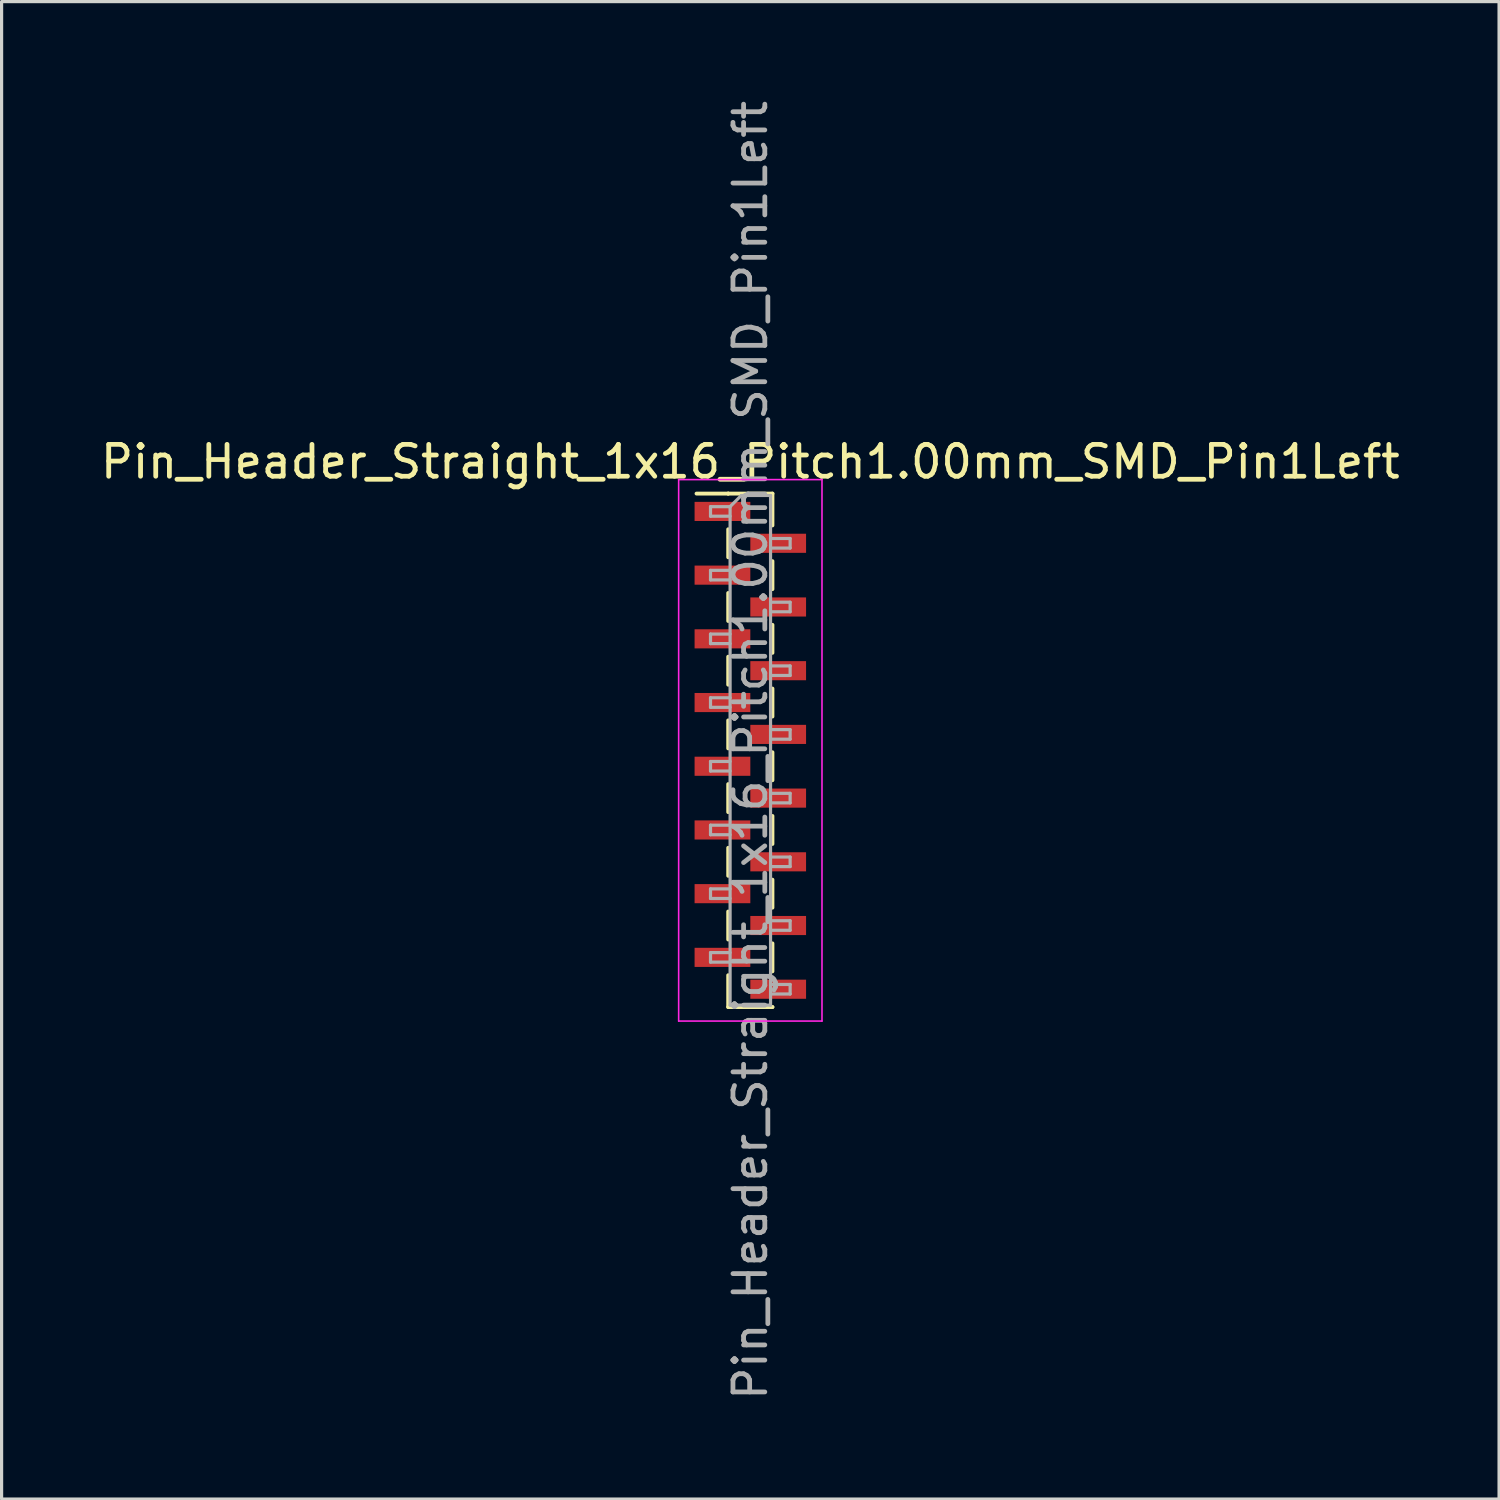
<source format=kicad_pcb>
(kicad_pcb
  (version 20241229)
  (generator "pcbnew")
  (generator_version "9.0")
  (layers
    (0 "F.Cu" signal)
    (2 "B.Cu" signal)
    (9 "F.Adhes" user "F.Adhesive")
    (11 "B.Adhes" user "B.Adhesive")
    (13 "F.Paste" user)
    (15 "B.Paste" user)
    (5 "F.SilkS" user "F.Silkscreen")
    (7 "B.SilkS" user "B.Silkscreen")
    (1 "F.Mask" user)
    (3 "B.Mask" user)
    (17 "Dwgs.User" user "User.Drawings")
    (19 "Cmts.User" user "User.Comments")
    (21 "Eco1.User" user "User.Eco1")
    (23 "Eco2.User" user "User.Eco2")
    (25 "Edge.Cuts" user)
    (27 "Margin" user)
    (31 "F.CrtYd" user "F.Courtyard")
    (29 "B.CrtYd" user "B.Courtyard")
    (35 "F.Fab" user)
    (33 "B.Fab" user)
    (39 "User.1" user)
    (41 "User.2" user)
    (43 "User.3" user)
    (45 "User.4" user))
  (footprint "Pin_Header_Straight_1x16_Pitch1.00mm_SMD_Pin1Left"
    (layer "F.Cu")
    (at 20.506 20.506)
    (property "Reference" "Pin_Header_Straight_1x16_Pitch1.00mm_SMD_Pin1Left" (at 0 -9.06 0) (layer "F.SilkS") (effects (font (size 1 1) (thickness 0.15))))
    (attr smd)
    (fp_line (start -0.695 -8.06) (end -1.69 -8.06) (stroke (width 0.12) (type solid)) (layer "F.SilkS"))
    (fp_line (start -0.695 -8.06) (end -0.695 -8.06) (stroke (width 0.12) (type solid)) (layer "F.SilkS"))
    (fp_line (start -0.695 -8.06) (end 0.695 -8.06) (stroke (width 0.12) (type solid)) (layer "F.SilkS"))
    (fp_line (start -0.695 -6.94) (end -0.695 -6.06) (stroke (width 0.12) (type solid)) (layer "F.SilkS"))
    (fp_line (start -0.695 -4.94) (end -0.695 -4.06) (stroke (width 0.12) (type solid)) (layer "F.SilkS"))
    (fp_line (start -0.695 -2.94) (end -0.695 -2.06) (stroke (width 0.12) (type solid)) (layer "F.SilkS"))
    (fp_line (start -0.695 -0.94) (end -0.695 -0.06) (stroke (width 0.12) (type solid)) (layer "F.SilkS"))
    (fp_line (start -0.695 1.06) (end -0.695 1.94) (stroke (width 0.12) (type solid)) (layer "F.SilkS"))
    (fp_line (start -0.695 3.06) (end -0.695 3.94) (stroke (width 0.12) (type solid)) (layer "F.SilkS"))
    (fp_line (start -0.695 5.06) (end -0.695 5.94) (stroke (width 0.12) (type solid)) (layer "F.SilkS"))
    (fp_line (start -0.695 7.06) (end -0.695 8.06) (stroke (width 0.12) (type solid)) (layer "F.SilkS"))
    (fp_line (start -0.695 8.06) (end 0.695 8.06) (stroke (width 0.12) (type solid)) (layer "F.SilkS"))
    (fp_line (start 0.695 -8.06) (end 0.695 -7.06) (stroke (width 0.12) (type solid)) (layer "F.SilkS"))
    (fp_line (start 0.695 -5.94) (end 0.695 -5.06) (stroke (width 0.12) (type solid)) (layer "F.SilkS"))
    (fp_line (start 0.695 -3.94) (end 0.695 -3.06) (stroke (width 0.12) (type solid)) (layer "F.SilkS"))
    (fp_line (start 0.695 -1.94) (end 0.695 -1.06) (stroke (width 0.12) (type solid)) (layer "F.SilkS"))
    (fp_line (start 0.695 0.06) (end 0.695 0.94) (stroke (width 0.12) (type solid)) (layer "F.SilkS"))
    (fp_line (start 0.695 2.06) (end 0.695 2.94) (stroke (width 0.12) (type solid)) (layer "F.SilkS"))
    (fp_line (start 0.695 4.06) (end 0.695 4.94) (stroke (width 0.12) (type solid)) (layer "F.SilkS"))
    (fp_line (start 0.695 6.06) (end 0.695 6.94) (stroke (width 0.12) (type solid)) (layer "F.SilkS"))
    (fp_line (start 0.695 8.06) (end 0.695 8.06) (stroke (width 0.12) (type solid)) (layer "F.SilkS"))
    (fp_line (start -2.25 -8.5) (end -2.25 8.5) (stroke (width 0.05) (type solid)) (layer "F.CrtYd"))
    (fp_line (start -2.25 8.5) (end 2.25 8.5) (stroke (width 0.05) (type solid)) (layer "F.CrtYd"))
    (fp_line (start 2.25 -8.5) (end -2.25 -8.5) (stroke (width 0.05) (type solid)) (layer "F.CrtYd"))
    (fp_line (start 2.25 8.5) (end 2.25 -8.5) (stroke (width 0.05) (type solid)) (layer "F.CrtYd"))
    (fp_line (start -1.25 -7.65) (end -1.25 -7.35) (stroke (width 0.1) (type solid)) (layer "F.Fab"))
    (fp_line (start -1.25 -7.35) (end -0.635 -7.35) (stroke (width 0.1) (type solid)) (layer "F.Fab"))
    (fp_line (start -1.25 -5.65) (end -1.25 -5.35) (stroke (width 0.1) (type solid)) (layer "F.Fab"))
    (fp_line (start -1.25 -5.35) (end -0.635 -5.35) (stroke (width 0.1) (type solid)) (layer "F.Fab"))
    (fp_line (start -1.25 -3.65) (end -1.25 -3.35) (stroke (width 0.1) (type solid)) (layer "F.Fab"))
    (fp_line (start -1.25 -3.35) (end -0.635 -3.35) (stroke (width 0.1) (type solid)) (layer "F.Fab"))
    (fp_line (start -1.25 -1.65) (end -1.25 -1.35) (stroke (width 0.1) (type solid)) (layer "F.Fab"))
    (fp_line (start -1.25 -1.35) (end -0.635 -1.35) (stroke (width 0.1) (type solid)) (layer "F.Fab"))
    (fp_line (start -1.25 0.35) (end -1.25 0.65) (stroke (width 0.1) (type solid)) (layer "F.Fab"))
    (fp_line (start -1.25 0.65) (end -0.635 0.65) (stroke (width 0.1) (type solid)) (layer "F.Fab"))
    (fp_line (start -1.25 2.35) (end -1.25 2.65) (stroke (width 0.1) (type solid)) (layer "F.Fab"))
    (fp_line (start -1.25 2.65) (end -0.635 2.65) (stroke (width 0.1) (type solid)) (layer "F.Fab"))
    (fp_line (start -1.25 4.35) (end -1.25 4.65) (stroke (width 0.1) (type solid)) (layer "F.Fab"))
    (fp_line (start -1.25 4.65) (end -0.635 4.65) (stroke (width 0.1) (type solid)) (layer "F.Fab"))
    (fp_line (start -1.25 6.35) (end -1.25 6.65) (stroke (width 0.1) (type solid)) (layer "F.Fab"))
    (fp_line (start -1.25 6.65) (end -0.635 6.65) (stroke (width 0.1) (type solid)) (layer "F.Fab"))
    (fp_line (start -0.635 -7.65) (end -1.25 -7.65) (stroke (width 0.1) (type solid)) (layer "F.Fab"))
    (fp_line (start -0.635 -7.65) (end -0.285 -8) (stroke (width 0.1) (type solid)) (layer "F.Fab"))
    (fp_line (start -0.635 -5.65) (end -1.25 -5.65) (stroke (width 0.1) (type solid)) (layer "F.Fab"))
    (fp_line (start -0.635 -3.65) (end -1.25 -3.65) (stroke (width 0.1) (type solid)) (layer "F.Fab"))
    (fp_line (start -0.635 -1.65) (end -1.25 -1.65) (stroke (width 0.1) (type solid)) (layer "F.Fab"))
    (fp_line (start -0.635 0.35) (end -1.25 0.35) (stroke (width 0.1) (type solid)) (layer "F.Fab"))
    (fp_line (start -0.635 2.35) (end -1.25 2.35) (stroke (width 0.1) (type solid)) (layer "F.Fab"))
    (fp_line (start -0.635 4.35) (end -1.25 4.35) (stroke (width 0.1) (type solid)) (layer "F.Fab"))
    (fp_line (start -0.635 6.35) (end -1.25 6.35) (stroke (width 0.1) (type solid)) (layer "F.Fab"))
    (fp_line (start -0.635 8) (end -0.635 -7.65) (stroke (width 0.1) (type solid)) (layer "F.Fab"))
    (fp_line (start -0.285 -8) (end 0.635 -8) (stroke (width 0.1) (type solid)) (layer "F.Fab"))
    (fp_line (start 0.635 -8) (end 0.635 8) (stroke (width 0.1) (type solid)) (layer "F.Fab"))
    (fp_line (start 0.635 -6.65) (end 1.25 -6.65) (stroke (width 0.1) (type solid)) (layer "F.Fab"))
    (fp_line (start 0.635 -4.65) (end 1.25 -4.65) (stroke (width 0.1) (type solid)) (layer "F.Fab"))
    (fp_line (start 0.635 -2.65) (end 1.25 -2.65) (stroke (width 0.1) (type solid)) (layer "F.Fab"))
    (fp_line (start 0.635 -0.65) (end 1.25 -0.65) (stroke (width 0.1) (type solid)) (layer "F.Fab"))
    (fp_line (start 0.635 1.35) (end 1.25 1.35) (stroke (width 0.1) (type solid)) (layer "F.Fab"))
    (fp_line (start 0.635 3.35) (end 1.25 3.35) (stroke (width 0.1) (type solid)) (layer "F.Fab"))
    (fp_line (start 0.635 5.35) (end 1.25 5.35) (stroke (width 0.1) (type solid)) (layer "F.Fab"))
    (fp_line (start 0.635 7.35) (end 1.25 7.35) (stroke (width 0.1) (type solid)) (layer "F.Fab"))
    (fp_line (start 0.635 8) (end -0.635 8) (stroke (width 0.1) (type solid)) (layer "F.Fab"))
    (fp_line (start 1.25 -6.65) (end 1.25 -6.35) (stroke (width 0.1) (type solid)) (layer "F.Fab"))
    (fp_line (start 1.25 -6.35) (end 0.635 -6.35) (stroke (width 0.1) (type solid)) (layer "F.Fab"))
    (fp_line (start 1.25 -4.65) (end 1.25 -4.35) (stroke (width 0.1) (type solid)) (layer "F.Fab"))
    (fp_line (start 1.25 -4.35) (end 0.635 -4.35) (stroke (width 0.1) (type solid)) (layer "F.Fab"))
    (fp_line (start 1.25 -2.65) (end 1.25 -2.35) (stroke (width 0.1) (type solid)) (layer "F.Fab"))
    (fp_line (start 1.25 -2.35) (end 0.635 -2.35) (stroke (width 0.1) (type solid)) (layer "F.Fab"))
    (fp_line (start 1.25 -0.65) (end 1.25 -0.35) (stroke (width 0.1) (type solid)) (layer "F.Fab"))
    (fp_line (start 1.25 -0.35) (end 0.635 -0.35) (stroke (width 0.1) (type solid)) (layer "F.Fab"))
    (fp_line (start 1.25 1.35) (end 1.25 1.65) (stroke (width 0.1) (type solid)) (layer "F.Fab"))
    (fp_line (start 1.25 1.65) (end 0.635 1.65) (stroke (width 0.1) (type solid)) (layer "F.Fab"))
    (fp_line (start 1.25 3.35) (end 1.25 3.65) (stroke (width 0.1) (type solid)) (layer "F.Fab"))
    (fp_line (start 1.25 3.65) (end 0.635 3.65) (stroke (width 0.1) (type solid)) (layer "F.Fab"))
    (fp_line (start 1.25 5.35) (end 1.25 5.65) (stroke (width 0.1) (type solid)) (layer "F.Fab"))
    (fp_line (start 1.25 5.65) (end 0.635 5.65) (stroke (width 0.1) (type solid)) (layer "F.Fab"))
    (fp_line (start 1.25 7.35) (end 1.25 7.65) (stroke (width 0.1) (type solid)) (layer "F.Fab"))
    (fp_line (start 1.25 7.65) (end 0.635 7.65) (stroke (width 0.1) (type solid)) (layer "F.Fab"))
    (fp_text user "${REFERENCE}" (at 0 0 90) (layer "F.Fab") (effects (font (size 1 1) (thickness 0.15))))
    (pad "1" smd rect (at -0.875 -7.5) (size 1.75 0.6) (layers "F.Cu" "F.Mask" "F.Paste"))
    (pad "2" smd rect (at 0.875 -6.5) (size 1.75 0.6) (layers "F.Cu" "F.Mask" "F.Paste"))
    (pad "3" smd rect (at -0.875 -5.5) (size 1.75 0.6) (layers "F.Cu" "F.Mask" "F.Paste"))
    (pad "4" smd rect (at 0.875 -4.5) (size 1.75 0.6) (layers "F.Cu" "F.Mask" "F.Paste"))
    (pad "5" smd rect (at -0.875 -3.5) (size 1.75 0.6) (layers "F.Cu" "F.Mask" "F.Paste"))
    (pad "6" smd rect (at 0.875 -2.5) (size 1.75 0.6) (layers "F.Cu" "F.Mask" "F.Paste"))
    (pad "7" smd rect (at -0.875 -1.5) (size 1.75 0.6) (layers "F.Cu" "F.Mask" "F.Paste"))
    (pad "8" smd rect (at 0.875 -0.5) (size 1.75 0.6) (layers "F.Cu" "F.Mask" "F.Paste"))
    (pad "9" smd rect (at -0.875 0.5) (size 1.75 0.6) (layers "F.Cu" "F.Mask" "F.Paste"))
    (pad "10" smd rect (at 0.875 1.5) (size 1.75 0.6) (layers "F.Cu" "F.Mask" "F.Paste"))
    (pad "11" smd rect (at -0.875 2.5) (size 1.75 0.6) (layers "F.Cu" "F.Mask" "F.Paste"))
    (pad "12" smd rect (at 0.875 3.5) (size 1.75 0.6) (layers "F.Cu" "F.Mask" "F.Paste"))
    (pad "13" smd rect (at -0.875 4.5) (size 1.75 0.6) (layers "F.Cu" "F.Mask" "F.Paste"))
    (pad "14" smd rect (at 0.875 5.5) (size 1.75 0.6) (layers "F.Cu" "F.Mask" "F.Paste"))
    (pad "15" smd rect (at -0.875 6.5) (size 1.75 0.6) (layers "F.Cu" "F.Mask" "F.Paste"))
    (pad "16" smd rect (at 0.875 7.5) (size 1.75 0.6) (layers "F.Cu" "F.Mask" "F.Paste")))
  (gr_rect
    (start -3 -3)
    (end 44.012 44.012)
    (stroke (width 0.1) (type default))
    (fill no)
    (layer "Edge.Cuts")))
</source>
